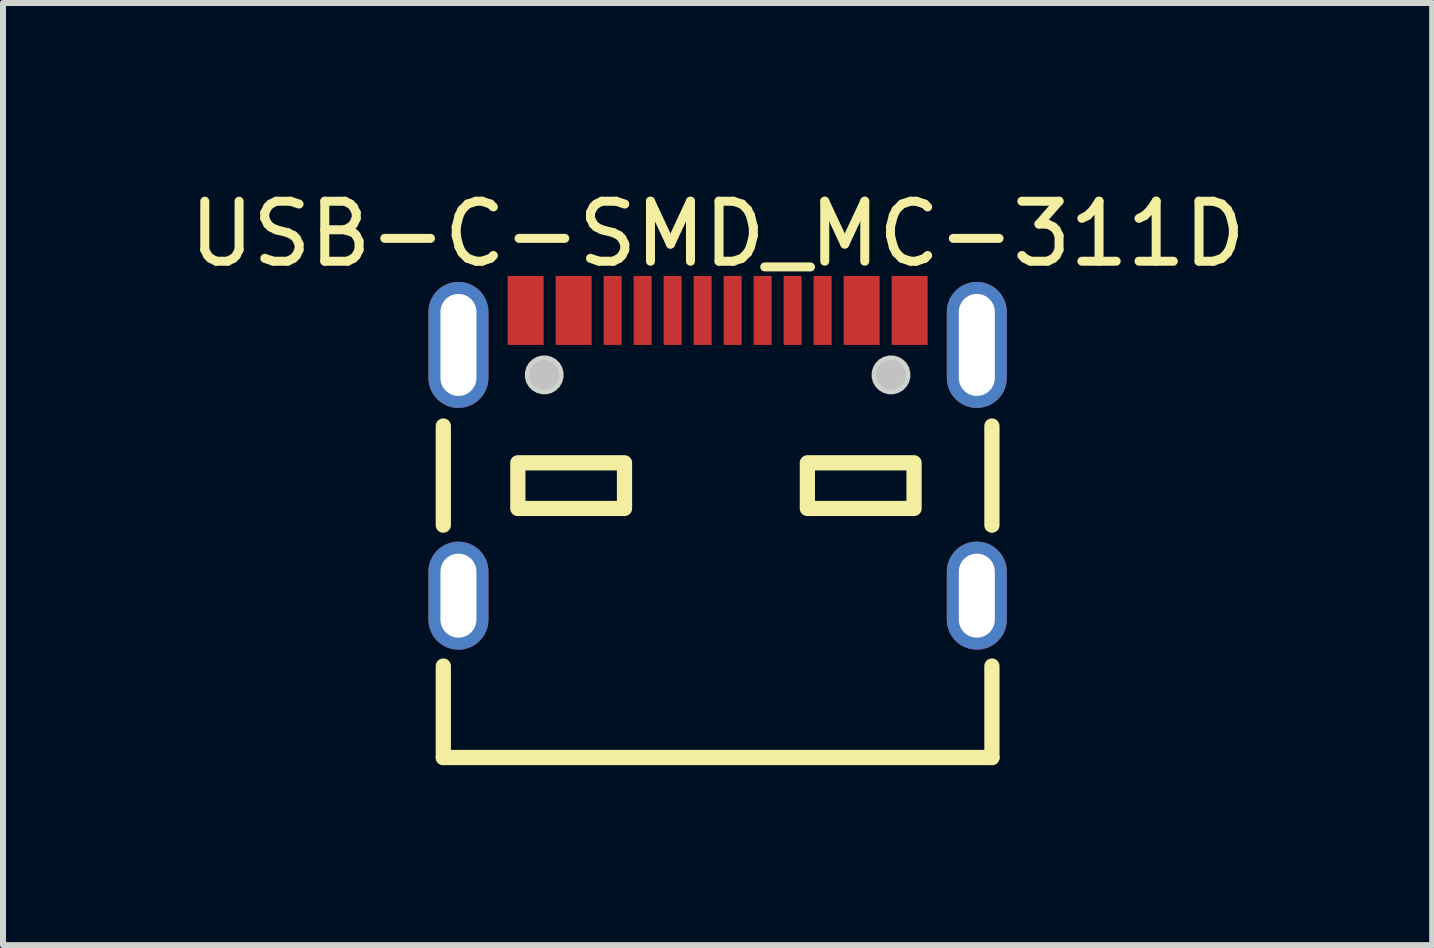
<source format=kicad_pcb>
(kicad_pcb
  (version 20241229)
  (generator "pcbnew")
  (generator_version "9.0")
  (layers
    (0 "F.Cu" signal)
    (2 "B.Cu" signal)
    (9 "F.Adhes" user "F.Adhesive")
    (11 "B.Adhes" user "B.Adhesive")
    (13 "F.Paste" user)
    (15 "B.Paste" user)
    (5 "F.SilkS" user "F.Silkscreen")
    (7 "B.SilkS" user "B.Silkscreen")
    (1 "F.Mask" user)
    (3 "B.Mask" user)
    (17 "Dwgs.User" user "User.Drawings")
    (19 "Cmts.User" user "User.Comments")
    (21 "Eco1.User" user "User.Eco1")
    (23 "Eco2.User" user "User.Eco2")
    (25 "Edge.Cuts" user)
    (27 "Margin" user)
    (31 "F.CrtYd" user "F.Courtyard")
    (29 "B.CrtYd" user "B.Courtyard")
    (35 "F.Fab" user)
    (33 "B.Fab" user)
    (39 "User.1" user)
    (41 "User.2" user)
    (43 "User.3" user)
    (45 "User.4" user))
  (footprint "USB-C-SMD_MC-311D"
    (layer "F.Cu")
    (at 8.911 4.501)
    (property "Reference" "USB-C-SMD_MC-311D" (at 0 -3.652 0) (layer "F.SilkS") (effects (font (size 1 1) (thickness 0.15))))
    (fp_line (start -4.572 -0.45) (end -4.572 1.202) (stroke (width 0.254) (type default)) (layer "F.SilkS"))
    (fp_line (start -4.572 3.551) (end -4.572 5.075) (stroke (width 0.254) (type default)) (layer "F.SilkS"))
    (fp_line (start -4.572 5.075) (end 4.572 5.075) (stroke (width 0.254) (type default)) (layer "F.SilkS"))
    (fp_line (start 4.572 -0.45) (end 4.572 1.202) (stroke (width 0.254) (type default)) (layer "F.SilkS"))
    (fp_line (start 4.572 5.075) (end 4.572 3.551) (stroke (width 0.254) (type default)) (layer "F.SilkS"))
    (fp_rect (start -3.33 0.163) (end -1.552 0.924) (stroke (width 0.254) (type default)) (fill no) (layer "F.SilkS"))
    (fp_rect (start 1.496 0.163) (end 3.274 0.924) (stroke (width 0.254) (type default)) (fill no) (layer "F.SilkS"))
    (fp_poly (pts (xy -2.9 -1.802) (xy -2.9 -2.953) (xy -3.5 -2.953) (xy -3.5 -1.802)) (stroke (width 0) (type default)) (fill yes) (layer "F.Paste"))
    (fp_poly (pts (xy -2.1 -1.802) (xy -2.1 -2.953) (xy -2.7 -2.953) (xy -2.7 -1.802)) (stroke (width 0) (type default)) (fill yes) (layer "F.Paste"))
    (fp_poly (pts (xy -1.6 -1.802) (xy -1.6 -2.953) (xy -1.9 -2.953) (xy -1.9 -1.802)) (stroke (width 0) (type default)) (fill yes) (layer "F.Paste"))
    (fp_poly (pts (xy -1.4 -2.953) (xy -1.4 -1.802) (xy -1.1 -1.802) (xy -1.1 -2.953)) (stroke (width 0) (type default)) (fill yes) (layer "F.Paste"))
    (fp_poly (pts (xy -0.9 -2.953) (xy -0.9 -1.802) (xy -0.6 -1.802) (xy -0.6 -2.953)) (stroke (width 0) (type default)) (fill yes) (layer "F.Paste"))
    (fp_poly (pts (xy -0.1 -1.802) (xy -0.1 -2.953) (xy -0.4 -2.953) (xy -0.4 -1.802)) (stroke (width 0) (type default)) (fill yes) (layer "F.Paste"))
    (fp_poly (pts (xy 0.4 -1.802) (xy 0.4 -2.953) (xy 0.1 -2.953) (xy 0.1 -1.802)) (stroke (width 0) (type default)) (fill yes) (layer "F.Paste"))
    (fp_poly (pts (xy 0.9 -1.802) (xy 0.9 -2.953) (xy 0.6 -2.953) (xy 0.6 -1.802)) (stroke (width 0) (type default)) (fill yes) (layer "F.Paste"))
    (fp_poly (pts (xy 1.4 -1.802) (xy 1.4 -2.953) (xy 1.1 -2.953) (xy 1.1 -1.802)) (stroke (width 0) (type default)) (fill yes) (layer "F.Paste"))
    (fp_poly (pts (xy 1.9 -1.802) (xy 1.9 -2.953) (xy 1.6 -2.953) (xy 1.6 -1.802)) (stroke (width 0) (type default)) (fill yes) (layer "F.Paste"))
    (fp_poly (pts (xy 2.1 -2.953) (xy 2.1 -1.802) (xy 2.7 -1.802) (xy 2.7 -2.953)) (stroke (width 0) (type default)) (fill yes) (layer "F.Paste"))
    (fp_poly (pts (xy 2.9 -2.953) (xy 2.9 -1.802) (xy 3.5 -1.802) (xy 3.5 -2.953)) (stroke (width 0) (type default)) (fill yes) (layer "F.Paste"))
    (fp_poly (pts (xy -4.332 -2.853) (xy -4.357 -2.851) (xy -4.383 -2.849) (xy -4.407 -2.845) (xy -4.431 -2.84) (xy -4.455 -2.834) (xy -4.479 -2.826) (xy -4.503 -2.818) (xy -4.526 -2.808) (xy -4.548 -2.797) (xy -4.57 -2.785) (xy -4.591 -2.772) (xy -4.612 -2.759) (xy -4.632 -2.744) (xy -4.651 -2.728) (xy -4.669 -2.711) (xy -4.686 -2.692) (xy -4.703 -2.674) (xy -4.718 -2.655) (xy -4.733 -2.635) (xy -4.747 -2.614) (xy -4.759 -2.591) (xy -4.771 -2.57) (xy -4.781 -2.547) (xy -4.79 -2.523) (xy -4.798 -2.5) (xy -4.804 -2.476) (xy -4.81 -2.451) (xy -4.814 -2.427) (xy -4.817 -2.402) (xy -4.819 -2.377) (xy -4.82 -2.353) (xy -4.82 -1.252) (xy -4.819 -1.228) (xy -4.817 -1.203) (xy -4.814 -1.178) (xy -4.81 -1.153) (xy -4.804 -1.129) (xy -4.798 -1.105) (xy -4.79 -1.081) (xy -4.781 -1.058) (xy -4.771 -1.036) (xy -4.759 -1.014) (xy -4.747 -0.992) (xy -4.733 -0.971) (xy -4.718 -0.951) (xy -4.703 -0.931) (xy -4.686 -0.912) (xy -4.669 -0.894) (xy -4.651 -0.877) (xy -4.632 -0.862) (xy -4.612 -0.847) (xy -4.591 -0.833) (xy -4.57 -0.82) (xy -4.548 -0.807) (xy -4.526 -0.797) (xy -4.503 -0.787) (xy -4.479 -0.778) (xy -4.455 -0.771) (xy -4.431 -0.765) (xy -4.407 -0.76) (xy -4.383 -0.756) (xy -4.357 -0.754) (xy -4.332 -0.752) (xy -4.308 -0.752) (xy -4.282 -0.754) (xy -4.258 -0.756) (xy -4.234 -0.76) (xy -4.209 -0.765) (xy -4.184 -0.771) (xy -4.161 -0.778) (xy -4.138 -0.787) (xy -4.114 -0.797) (xy -4.092 -0.807) (xy -4.07 -0.82) (xy -4.049 -0.833) (xy -4.028 -0.847) (xy -4.008 -0.862) (xy -3.99 -0.877) (xy -3.971 -0.894) (xy -3.954 -0.912) (xy -3.937 -0.931) (xy -3.921 -0.951) (xy -3.907 -0.971) (xy -3.893 -0.992) (xy -3.881 -1.014) (xy -3.869 -1.036) (xy -3.86 -1.058) (xy -3.85 -1.081) (xy -3.842 -1.105) (xy -3.836 -1.129) (xy -3.83 -1.153) (xy -3.825 -1.178) (xy -3.822 -1.203) (xy -3.821 -1.228) (xy -3.82 -1.252) (xy -3.82 -2.353) (xy -3.821 -2.377) (xy -3.822 -2.402) (xy -3.825 -2.427) (xy -3.83 -2.451) (xy -3.836 -2.476) (xy -3.842 -2.5) (xy -3.85 -2.523) (xy -3.86 -2.547) (xy -3.869 -2.57) (xy -3.881 -2.591) (xy -3.893 -2.614) (xy -3.907 -2.635) (xy -3.921 -2.655) (xy -3.937 -2.674) (xy -3.954 -2.692) (xy -3.971 -2.711) (xy -3.99 -2.728) (xy -4.008 -2.744) (xy -4.028 -2.759) (xy -4.049 -2.772) (xy -4.07 -2.785) (xy -4.092 -2.797) (xy -4.114 -2.808) (xy -4.138 -2.818) (xy -4.161 -2.826) (xy -4.184 -2.834) (xy -4.209 -2.84) (xy -4.234 -2.845) (xy -4.258 -2.849) (xy -4.282 -2.851) (xy -4.308 -2.853)) (stroke (width 0) (type default)) (fill yes) (layer "F.Paste"))
    (fp_poly (pts (xy -4.282 1.479) (xy -4.308 1.478) (xy -4.332 1.478) (xy -4.357 1.479) (xy -4.383 1.482) (xy -4.407 1.485) (xy -4.431 1.49) (xy -4.455 1.496) (xy -4.479 1.504) (xy -4.503 1.512) (xy -4.526 1.522) (xy -4.548 1.532) (xy -4.57 1.544) (xy -4.591 1.558) (xy -4.612 1.571) (xy -4.632 1.587) (xy -4.651 1.603) (xy -4.669 1.619) (xy -4.686 1.637) (xy -4.703 1.656) (xy -4.718 1.675) (xy -4.733 1.696) (xy -4.747 1.717) (xy -4.759 1.738) (xy -4.771 1.76) (xy -4.781 1.784) (xy -4.79 1.806) (xy -4.798 1.83) (xy -4.804 1.854) (xy -4.81 1.879) (xy -4.814 1.903) (xy -4.817 1.927) (xy -4.819 1.952) (xy -4.82 1.978) (xy -4.82 2.777) (xy -4.819 2.803) (xy -4.817 2.828) (xy -4.814 2.852) (xy -4.81 2.877) (xy -4.804 2.901) (xy -4.798 2.925) (xy -4.79 2.949) (xy -4.781 2.971) (xy -4.771 2.994) (xy -4.759 3.017) (xy -4.747 3.038) (xy -4.733 3.059) (xy -4.718 3.079) (xy -4.703 3.099) (xy -4.686 3.118) (xy -4.669 3.135) (xy -4.651 3.152) (xy -4.632 3.168) (xy -4.612 3.183) (xy -4.591 3.197) (xy -4.57 3.211) (xy -4.548 3.223) (xy -4.526 3.233) (xy -4.503 3.243) (xy -4.479 3.252) (xy -4.455 3.259) (xy -4.431 3.265) (xy -4.407 3.27) (xy -4.383 3.273) (xy -4.357 3.276) (xy -4.332 3.277) (xy -4.308 3.277) (xy -4.282 3.276) (xy -4.258 3.273) (xy -4.234 3.27) (xy -4.209 3.265) (xy -4.184 3.259) (xy -4.161 3.252) (xy -4.138 3.243) (xy -4.114 3.233) (xy -4.092 3.223) (xy -4.07 3.211) (xy -4.049 3.197) (xy -4.028 3.183) (xy -4.008 3.168) (xy -3.99 3.152) (xy -3.971 3.135) (xy -3.954 3.118) (xy -3.937 3.099) (xy -3.921 3.079) (xy -3.907 3.059) (xy -3.893 3.038) (xy -3.881 3.017) (xy -3.869 2.994) (xy -3.86 2.971) (xy -3.85 2.949) (xy -3.842 2.925) (xy -3.836 2.901) (xy -3.83 2.877) (xy -3.825 2.852) (xy -3.822 2.828) (xy -3.821 2.803) (xy -3.82 2.777) (xy -3.82 1.978) (xy -3.821 1.952) (xy -3.822 1.927) (xy -3.825 1.903) (xy -3.83 1.879) (xy -3.836 1.854) (xy -3.842 1.83) (xy -3.85 1.806) (xy -3.86 1.784) (xy -3.869 1.76) (xy -3.881 1.738) (xy -3.893 1.717) (xy -3.907 1.696) (xy -3.921 1.675) (xy -3.937 1.656) (xy -3.954 1.637) (xy -3.971 1.619) (xy -3.99 1.603) (xy -4.008 1.587) (xy -4.028 1.571) (xy -4.049 1.558) (xy -4.07 1.544) (xy -4.092 1.532) (xy -4.114 1.522) (xy -4.138 1.512) (xy -4.161 1.504) (xy -4.184 1.496) (xy -4.209 1.49) (xy -4.234 1.485) (xy -4.258 1.482)) (stroke (width 0) (type default)) (fill yes) (layer "F.Paste"))
    (fp_poly (pts (xy 4.308 1.478) (xy 4.282 1.479) (xy 4.258 1.482) (xy 4.233 1.485) (xy 4.208 1.49) (xy 4.184 1.496) (xy 4.16 1.504) (xy 4.138 1.512) (xy 4.114 1.522) (xy 4.092 1.532) (xy 4.07 1.544) (xy 4.048 1.558) (xy 4.028 1.571) (xy 4.008 1.587) (xy 3.989 1.603) (xy 3.971 1.619) (xy 3.954 1.637) (xy 3.937 1.656) (xy 3.921 1.675) (xy 3.907 1.696) (xy 3.893 1.717) (xy 3.881 1.738) (xy 3.869 1.76) (xy 3.859 1.784) (xy 3.85 1.806) (xy 3.842 1.83) (xy 3.836 1.854) (xy 3.83 1.879) (xy 3.825 1.903) (xy 3.822 1.927) (xy 3.821 1.952) (xy 3.82 1.978) (xy 3.82 2.777) (xy 3.821 2.803) (xy 3.822 2.828) (xy 3.825 2.852) (xy 3.83 2.877) (xy 3.836 2.901) (xy 3.842 2.925) (xy 3.85 2.949) (xy 3.859 2.971) (xy 3.869 2.994) (xy 3.881 3.017) (xy 3.893 3.038) (xy 3.907 3.059) (xy 3.921 3.079) (xy 3.937 3.099) (xy 3.954 3.118) (xy 3.971 3.135) (xy 3.989 3.152) (xy 4.008 3.168) (xy 4.028 3.183) (xy 4.048 3.197) (xy 4.07 3.211) (xy 4.092 3.223) (xy 4.114 3.233) (xy 4.138 3.243) (xy 4.16 3.252) (xy 4.184 3.259) (xy 4.208 3.265) (xy 4.233 3.27) (xy 4.258 3.273) (xy 4.282 3.276) (xy 4.308 3.277) (xy 4.332 3.277) (xy 4.357 3.276) (xy 4.382 3.273) (xy 4.407 3.27) (xy 4.431 3.265) (xy 4.455 3.259) (xy 4.479 3.252) (xy 4.503 3.243) (xy 4.526 3.233) (xy 4.548 3.223) (xy 4.57 3.211) (xy 4.591 3.197) (xy 4.612 3.183) (xy 4.631 3.168) (xy 4.651 3.152) (xy 4.669 3.135) (xy 4.686 3.118) (xy 4.703 3.099) (xy 4.718 3.079) (xy 4.733 3.059) (xy 4.747 3.038) (xy 4.759 3.017) (xy 4.771 2.994) (xy 4.78 2.971) (xy 4.79 2.949) (xy 4.798 2.925) (xy 4.804 2.901) (xy 4.81 2.877) (xy 4.814 2.852) (xy 4.817 2.828) (xy 4.819 2.803) (xy 4.82 2.777) (xy 4.82 1.978) (xy 4.819 1.952) (xy 4.817 1.927) (xy 4.814 1.903) (xy 4.81 1.879) (xy 4.804 1.854) (xy 4.798 1.83) (xy 4.79 1.806) (xy 4.78 1.784) (xy 4.771 1.76) (xy 4.759 1.738) (xy 4.747 1.717) (xy 4.733 1.696) (xy 4.718 1.675) (xy 4.703 1.656) (xy 4.686 1.637) (xy 4.669 1.619) (xy 4.651 1.603) (xy 4.631 1.587) (xy 4.612 1.571) (xy 4.591 1.558) (xy 4.57 1.544) (xy 4.548 1.532) (xy 4.526 1.522) (xy 4.503 1.512) (xy 4.479 1.504) (xy 4.455 1.496) (xy 4.431 1.49) (xy 4.407 1.485) (xy 4.382 1.482) (xy 4.357 1.479) (xy 4.332 1.478)) (stroke (width 0) (type default)) (fill yes) (layer "F.Paste"))
    (fp_poly (pts (xy 4.357 -2.851) (xy 4.332 -2.853) (xy 4.308 -2.853) (xy 4.282 -2.851) (xy 4.258 -2.849) (xy 4.233 -2.845) (xy 4.208 -2.84) (xy 4.184 -2.834) (xy 4.16 -2.826) (xy 4.138 -2.818) (xy 4.114 -2.808) (xy 4.092 -2.797) (xy 4.07 -2.785) (xy 4.048 -2.772) (xy 4.028 -2.759) (xy 4.008 -2.744) (xy 3.989 -2.728) (xy 3.971 -2.711) (xy 3.954 -2.692) (xy 3.937 -2.674) (xy 3.921 -2.655) (xy 3.907 -2.635) (xy 3.893 -2.614) (xy 3.881 -2.591) (xy 3.869 -2.57) (xy 3.859 -2.547) (xy 3.85 -2.523) (xy 3.842 -2.5) (xy 3.836 -2.476) (xy 3.83 -2.451) (xy 3.825 -2.427) (xy 3.822 -2.402) (xy 3.821 -2.377) (xy 3.82 -2.353) (xy 3.82 -1.252) (xy 3.821 -1.228) (xy 3.822 -1.203) (xy 3.825 -1.178) (xy 3.83 -1.153) (xy 3.836 -1.129) (xy 3.842 -1.105) (xy 3.85 -1.081) (xy 3.859 -1.058) (xy 3.869 -1.036) (xy 3.881 -1.014) (xy 3.893 -0.992) (xy 3.907 -0.971) (xy 3.921 -0.951) (xy 3.937 -0.931) (xy 3.954 -0.912) (xy 3.971 -0.894) (xy 3.989 -0.877) (xy 4.008 -0.862) (xy 4.028 -0.847) (xy 4.048 -0.833) (xy 4.07 -0.82) (xy 4.092 -0.807) (xy 4.114 -0.797) (xy 4.138 -0.787) (xy 4.16 -0.778) (xy 4.184 -0.771) (xy 4.208 -0.765) (xy 4.233 -0.76) (xy 4.258 -0.756) (xy 4.282 -0.754) (xy 4.308 -0.752) (xy 4.332 -0.752) (xy 4.357 -0.754) (xy 4.382 -0.756) (xy 4.407 -0.76) (xy 4.431 -0.765) (xy 4.455 -0.771) (xy 4.479 -0.778) (xy 4.503 -0.787) (xy 4.526 -0.797) (xy 4.548 -0.807) (xy 4.57 -0.82) (xy 4.591 -0.833) (xy 4.612 -0.847) (xy 4.631 -0.862) (xy 4.651 -0.877) (xy 4.669 -0.894) (xy 4.686 -0.912) (xy 4.703 -0.931) (xy 4.718 -0.951) (xy 4.733 -0.971) (xy 4.747 -0.992) (xy 4.759 -1.014) (xy 4.771 -1.036) (xy 4.78 -1.058) (xy 4.79 -1.081) (xy 4.798 -1.105) (xy 4.804 -1.129) (xy 4.81 -1.153) (xy 4.814 -1.178) (xy 4.817 -1.203) (xy 4.819 -1.228) (xy 4.82 -1.252) (xy 4.82 -2.353) (xy 4.819 -2.377) (xy 4.817 -2.402) (xy 4.814 -2.427) (xy 4.81 -2.451) (xy 4.804 -2.476) (xy 4.798 -2.5) (xy 4.79 -2.523) (xy 4.78 -2.547) (xy 4.771 -2.57) (xy 4.759 -2.591) (xy 4.747 -2.614) (xy 4.733 -2.635) (xy 4.718 -2.655) (xy 4.703 -2.674) (xy 4.686 -2.692) (xy 4.669 -2.711) (xy 4.651 -2.728) (xy 4.631 -2.744) (xy 4.612 -2.759) (xy 4.591 -2.772) (xy 4.57 -2.785) (xy 4.548 -2.797) (xy 4.526 -2.808) (xy 4.503 -2.818) (xy 4.479 -2.826) (xy 4.455 -2.834) (xy 4.431 -2.84) (xy 4.407 -2.845) (xy 4.382 -2.849)) (stroke (width 0) (type default)) (fill yes) (layer "F.Paste"))
    (fp_circle (center -2.89 -1.302) (end -2.765 -1.302) (stroke (width 0.25) (type default)) (fill no) (layer "Dwgs.User"))
    (fp_circle (center 2.89 -1.302) (end 3.015 -1.302) (stroke (width 0.25) (type default)) (fill no) (layer "Dwgs.User"))
    (fp_poly (pts (xy -2.568 -1.345) (xy -2.59 -1.427) (xy -2.632 -1.5) (xy -2.692 -1.56) (xy -2.766 -1.603) (xy -2.848 -1.625) (xy -2.932 -1.625) (xy -3.014 -1.603) (xy -3.088 -1.56) (xy -3.148 -1.5) (xy -3.19 -1.427) (xy -3.212 -1.345) (xy -3.212 -1.26) (xy -3.19 -1.178) (xy -3.148 -1.105) (xy -3.088 -1.045) (xy -3.014 -1.002) (xy -2.932 -0.98) (xy -2.848 -0.98) (xy -2.766 -1.002) (xy -2.692 -1.045) (xy -2.632 -1.105) (xy -2.59 -1.178) (xy -2.568 -1.26)) (stroke (width 0) (type default)) (fill yes) (layer "Edge.Cuts"))
    (fp_poly (pts (xy 3.212 -1.345) (xy 3.19 -1.427) (xy 3.148 -1.5) (xy 3.088 -1.56) (xy 3.014 -1.603) (xy 2.932 -1.625) (xy 2.848 -1.625) (xy 2.766 -1.603) (xy 2.692 -1.56) (xy 2.632 -1.5) (xy 2.59 -1.427) (xy 2.568 -1.345) (xy 2.568 -1.26) (xy 2.59 -1.178) (xy 2.632 -1.105) (xy 2.692 -1.045) (xy 2.766 -1.002) (xy 2.848 -0.98) (xy 2.932 -0.98) (xy 3.014 -1.002) (xy 3.088 -1.045) (xy 3.148 -1.105) (xy 3.19 -1.178) (xy 3.212 -1.26)) (stroke (width 0) (type default)) (fill yes) (layer "Edge.Cuts"))
    (fp_poly (pts (xy -4.47 1.978) (xy -4.17 1.978) (xy -4.17 2.777) (xy -4.47 2.777)) (stroke (width 0.1) (type default)) (fill no) (layer "User.1"))
    (fp_poly (pts (xy -4.445 -2.275) (xy -4.195 -2.275) (xy -4.195 -1.175) (xy -4.445 -1.175)) (stroke (width 0.1) (type default)) (fill no) (layer "User.1"))
    (fp_poly (pts (xy -3.4 -2.825) (xy -3 -2.825) (xy -3 -2.025) (xy -3.4 -2.025)) (stroke (width 0.1) (type default)) (fill no) (layer "User.1"))
    (fp_poly (pts (xy -2.6 -2.825) (xy -2.2 -2.825) (xy -2.2 -2.025) (xy -2.6 -2.025)) (stroke (width 0.1) (type default)) (fill no) (layer "User.1"))
    (fp_poly (pts (xy -1.85 -2.825) (xy -1.65 -2.825) (xy -1.65 -2.025) (xy -1.85 -2.025)) (stroke (width 0.1) (type default)) (fill no) (layer "User.1"))
    (fp_poly (pts (xy -1.35 -2.825) (xy -1.15 -2.825) (xy -1.15 -2.025) (xy -1.35 -2.025)) (stroke (width 0.1) (type default)) (fill no) (layer "User.1"))
    (fp_poly (pts (xy -0.85 -2.825) (xy -0.65 -2.825) (xy -0.65 -2.025) (xy -0.85 -2.025)) (stroke (width 0.1) (type default)) (fill no) (layer "User.1"))
    (fp_poly (pts (xy -0.35 -2.825) (xy -0.15 -2.825) (xy -0.15 -2.025) (xy -0.35 -2.025)) (stroke (width 0.1) (type default)) (fill no) (layer "User.1"))
    (fp_poly (pts (xy 0.15 -2.825) (xy 0.35 -2.825) (xy 0.35 -2.025) (xy 0.15 -2.025)) (stroke (width 0.1) (type default)) (fill no) (layer "User.1"))
    (fp_poly (pts (xy 0.65 -2.825) (xy 0.85 -2.825) (xy 0.85 -2.025) (xy 0.65 -2.025)) (stroke (width 0.1) (type default)) (fill no) (layer "User.1"))
    (fp_poly (pts (xy 1.15 -2.825) (xy 1.35 -2.825) (xy 1.35 -2.025) (xy 1.15 -2.025)) (stroke (width 0.1) (type default)) (fill no) (layer "User.1"))
    (fp_poly (pts (xy 1.65 -2.825) (xy 1.85 -2.825) (xy 1.85 -2.025) (xy 1.65 -2.025)) (stroke (width 0.1) (type default)) (fill no) (layer "User.1"))
    (fp_poly (pts (xy 2.2 -2.825) (xy 2.6 -2.825) (xy 2.6 -2.025) (xy 2.2 -2.025)) (stroke (width 0.1) (type default)) (fill no) (layer "User.1"))
    (fp_poly (pts (xy 3 -2.825) (xy 3.4 -2.825) (xy 3.4 -2.025) (xy 3 -2.025)) (stroke (width 0.1) (type default)) (fill no) (layer "User.1"))
    (fp_poly (pts (xy 4.17 1.978) (xy 4.47 1.978) (xy 4.47 2.777) (xy 4.17 2.777)) (stroke (width 0.1) (type default)) (fill no) (layer "User.1"))
    (fp_poly (pts (xy 4.195 -2.275) (xy 4.445 -2.275) (xy 4.445 -1.175) (xy 4.195 -1.175)) (stroke (width 0.1) (type default)) (fill no) (layer "User.1"))
    (fp_line (start -4.47 -2.275) (end 4.47 -2.275) (stroke (width 0.051) (type default)) (layer "User.2"))
    (fp_line (start -4.47 5.075) (end -4.47 -2.275) (stroke (width 0.051) (type default)) (layer "User.2"))
    (fp_line (start 4.47 -2.275) (end 4.47 5.075) (stroke (width 0.051) (type default)) (layer "User.2"))
    (fp_line (start 4.47 5.075) (end -4.47 5.075) (stroke (width 0.051) (type default)) (layer "User.2"))
    (fp_poly (pts (xy -4.415 -2.848) (xy -4.447 -2.88) (xy -4.493 -2.88) (xy -4.525 -2.848) (xy -4.525 -2.802) (xy -4.493 -2.77) (xy -4.447 -2.77) (xy -4.415 -2.802)) (stroke (width 0.1) (type default)) (fill no) (layer "User.3"))
    (pad "A1-B12" smd rect (at -3.2 -2.377) (size 0.6 1.15) (layers "F.Cu" "F.Mask" "F.Paste"))
    (pad "A4-B9" smd rect (at -2.4 -2.377) (size 0.6 1.15) (layers "F.Cu" "F.Mask" "F.Paste"))
    (pad "A5" smd rect (at -1.25 -2.377) (size 0.3 1.15) (layers "F.Cu" "F.Mask" "F.Paste"))
    (pad "A6" smd rect (at -0.25 -2.377) (size 0.3 1.15) (layers "F.Cu" "F.Mask" "F.Paste"))
    (pad "A7" smd rect (at 0.25 -2.377) (size 0.3 1.15) (layers "F.Cu" "F.Mask" "F.Paste"))
    (pad "A8" smd rect (at 1.25 -2.377) (size 0.3 1.15) (layers "F.Cu" "F.Mask" "F.Paste"))
    (pad "B1-A12" smd rect (at 3.2 -2.377) (size 0.6 1.15) (layers "F.Cu" "F.Mask" "F.Paste"))
    (pad "B4-A9" smd rect (at 2.4 -2.377) (size 0.6 1.15) (layers "F.Cu" "F.Mask" "F.Paste"))
    (pad "B5" smd rect (at 1.75 -2.377) (size 0.3 1.15) (layers "F.Cu" "F.Mask" "F.Paste"))
    (pad "B6" smd rect (at 0.75 -2.377) (size 0.3 1.15) (layers "F.Cu" "F.Mask" "F.Paste"))
    (pad "B7" smd rect (at -0.75 -2.377) (size 0.3 1.15) (layers "F.Cu" "F.Mask" "F.Paste"))
    (pad "B8" smd rect (at -1.75 -2.377) (size 0.3 1.15) (layers "F.Cu" "F.Mask" "F.Paste"))
    (pad "S1" thru_hole oval (at -4.32 -1.802) (size 1 2.1) (drill oval 0.6 1.7) (layers "*.Cu" "*.Mask"))
    (pad "S2" thru_hole oval (at -4.32 2.377) (size 1 1.8) (drill oval 0.6 1.4) (layers "*.Cu" "*.Mask"))
    (pad "S3" thru_hole oval (at 4.32 2.377) (size 1 1.8) (drill oval 0.6 1.4) (layers "*.Cu" "*.Mask"))
    (pad "S4" thru_hole oval (at 4.32 -1.802) (size 1 2.1) (drill oval 0.6 1.7) (layers "*.Cu" "*.Mask")))
  (gr_rect
    (start -3 -3)
    (end 20.821 12.703)
    (stroke (width 0.1) (type default))
    (fill no)
    (layer "Edge.Cuts")))
</source>
